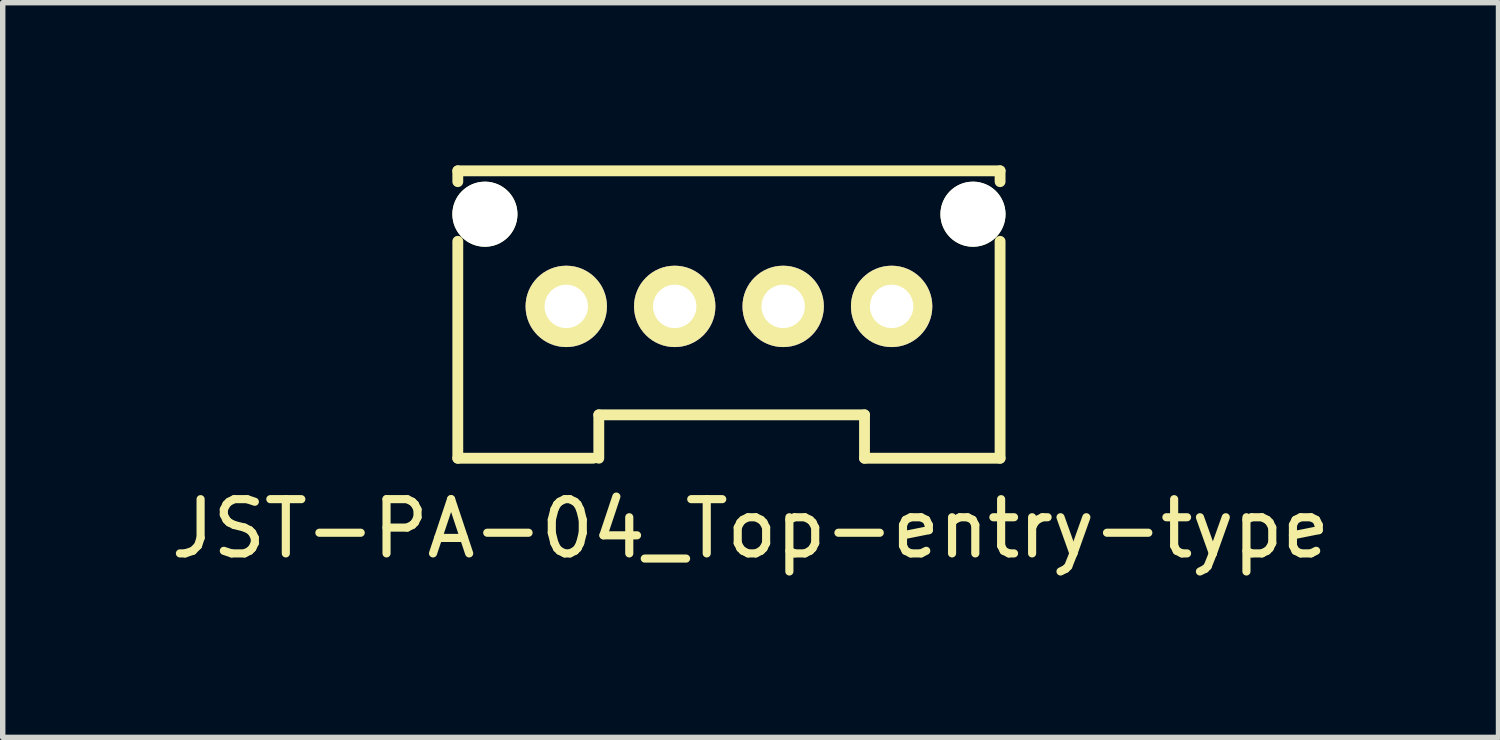
<source format=kicad_pcb>
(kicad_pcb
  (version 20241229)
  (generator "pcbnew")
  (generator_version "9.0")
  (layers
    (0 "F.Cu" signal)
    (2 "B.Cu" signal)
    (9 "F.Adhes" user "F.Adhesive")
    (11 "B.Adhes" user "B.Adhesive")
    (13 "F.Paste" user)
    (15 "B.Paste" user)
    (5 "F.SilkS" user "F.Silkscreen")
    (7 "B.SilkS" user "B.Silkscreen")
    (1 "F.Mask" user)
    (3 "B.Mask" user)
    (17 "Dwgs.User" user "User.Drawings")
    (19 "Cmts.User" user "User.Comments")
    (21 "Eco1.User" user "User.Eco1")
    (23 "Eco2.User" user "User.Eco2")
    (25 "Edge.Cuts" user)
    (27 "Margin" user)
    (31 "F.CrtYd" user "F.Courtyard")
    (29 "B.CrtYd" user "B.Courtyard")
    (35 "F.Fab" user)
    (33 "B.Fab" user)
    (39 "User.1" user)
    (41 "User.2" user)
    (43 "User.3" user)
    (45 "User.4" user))
  (footprint "JST-PA-04_Top-entry-type"
    (layer "F.Cu")
    (at 10.392 2.6)
    (property "Reference" "JST-PA-04_Top-entry-type" (at 0.4 4.1 0) (layer "F.SilkS") (effects (font (size 1 1) (thickness 0.15))))
    (attr through_hole)
    (fp_line (start -5 -2.5) (end -5 -2.3) (stroke (width 0.2) (type solid)) (layer "F.SilkS"))
    (fp_line (start -5 -2.5) (end 5 -2.5) (stroke (width 0.2) (type solid)) (layer "F.SilkS"))
    (fp_line (start -5 -1.2) (end -5 2.8) (stroke (width 0.2) (type solid)) (layer "F.SilkS"))
    (fp_line (start -2.5 2.8) (end -5 2.8) (stroke (width 0.2) (type solid)) (layer "F.SilkS"))
    (fp_line (start -2.4 2) (end 2.5 2) (stroke (width 0.2) (type solid)) (layer "F.SilkS"))
    (fp_line (start -2.4 2.8) (end -2.4 2) (stroke (width 0.2) (type solid)) (layer "F.SilkS"))
    (fp_line (start 2.5 2.8) (end 2.5 2) (stroke (width 0.2) (type solid)) (layer "F.SilkS"))
    (fp_line (start 5 -2.5) (end 5 -2.3) (stroke (width 0.2) (type solid)) (layer "F.SilkS"))
    (fp_line (start 5 2.8) (end 2.5 2.8) (stroke (width 0.2) (type solid)) (layer "F.SilkS"))
    (fp_line (start 5 2.8) (end 5 -1.2) (stroke (width 0.2) (type solid)) (layer "F.SilkS"))
    (pad "" np_thru_hole circle (at -4.5 -1.7) (size 1.2 1.2) (drill 1.2) (layers "*.Cu" "*.Mask" "F.SilkS"))
    (pad "" np_thru_hole circle (at 4.5 -1.7) (size 1.2 1.2) (drill 1.2) (layers "*.Cu" "*.Mask" "F.SilkS"))
    (pad "1" thru_hole circle (at -3 0) (size 1.5 1.5) (drill 0.8) (layers "*.Cu" "*.Mask" "F.SilkS"))
    (pad "2" thru_hole circle (at -1 0) (size 1.5 1.5) (drill 0.8) (layers "*.Cu" "*.Mask" "F.SilkS"))
    (pad "3" thru_hole circle (at 1 0) (size 1.5 1.5) (drill 0.8) (layers "*.Cu" "*.Mask" "F.SilkS"))
    (pad "4" thru_hole circle (at 3 0) (size 1.5 1.5) (drill 0.8) (layers "*.Cu" "*.Mask" "F.SilkS")))
  (gr_rect
    (start -3 -3)
    (end 24.583 10.548)
    (stroke (width 0.1) (type default))
    (fill no)
    (layer "Edge.Cuts")))
</source>
